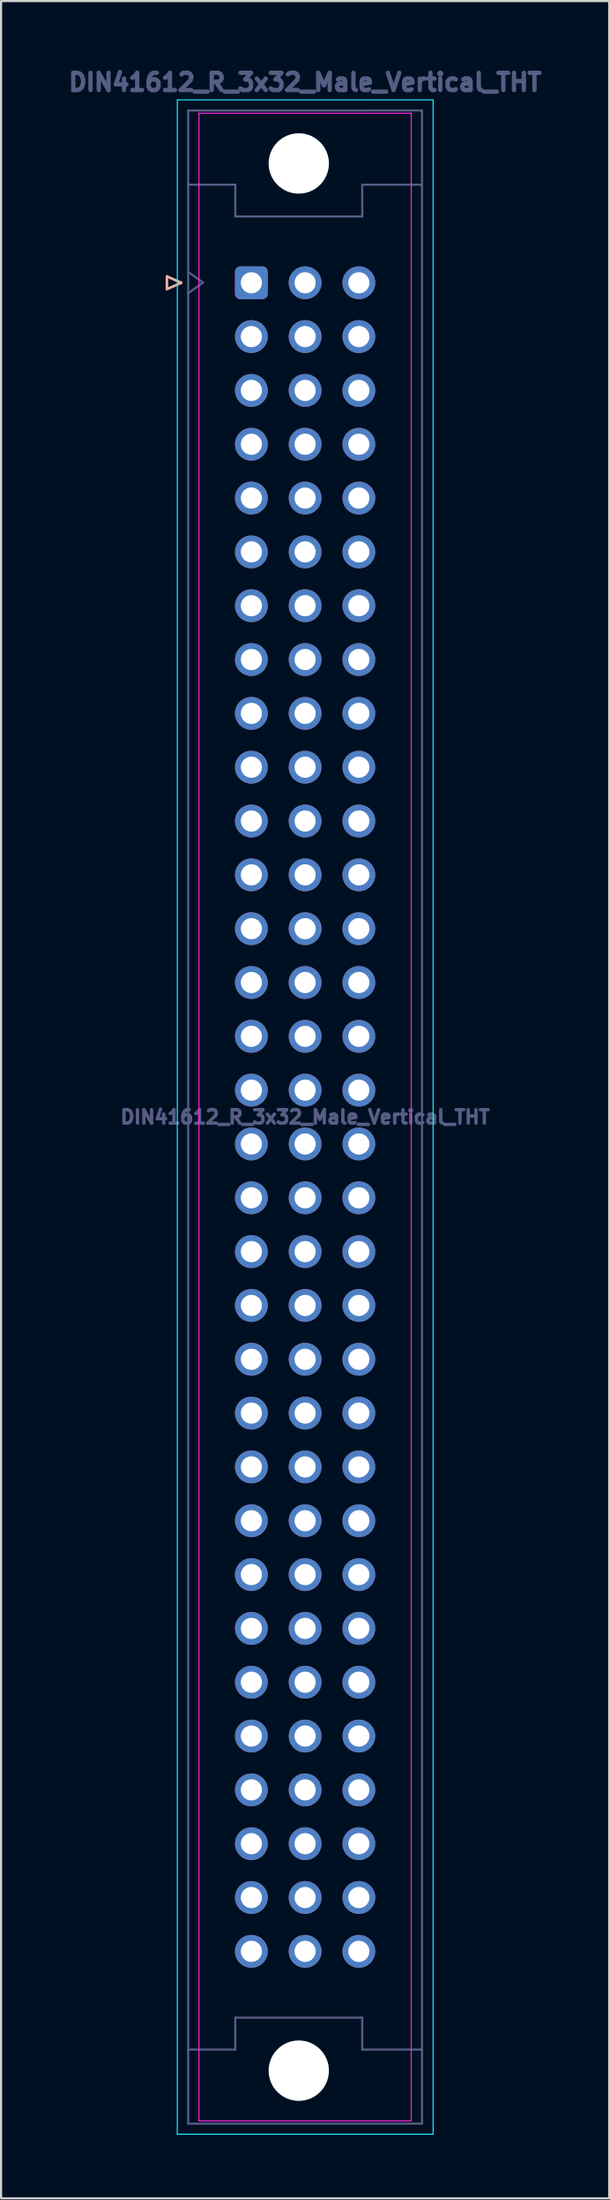
<source format=kicad_pcb>
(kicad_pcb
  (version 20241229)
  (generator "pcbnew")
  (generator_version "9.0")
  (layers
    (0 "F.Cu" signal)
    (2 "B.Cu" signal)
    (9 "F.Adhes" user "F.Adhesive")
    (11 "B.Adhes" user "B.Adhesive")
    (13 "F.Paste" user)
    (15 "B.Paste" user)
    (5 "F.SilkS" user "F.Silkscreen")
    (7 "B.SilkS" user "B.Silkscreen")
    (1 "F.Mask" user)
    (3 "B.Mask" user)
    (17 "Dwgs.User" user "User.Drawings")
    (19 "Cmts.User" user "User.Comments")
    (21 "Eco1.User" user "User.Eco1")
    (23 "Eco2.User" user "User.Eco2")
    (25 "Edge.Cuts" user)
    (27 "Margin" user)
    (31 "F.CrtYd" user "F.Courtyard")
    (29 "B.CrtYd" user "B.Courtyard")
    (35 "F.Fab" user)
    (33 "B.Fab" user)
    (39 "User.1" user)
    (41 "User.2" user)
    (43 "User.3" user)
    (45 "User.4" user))
  (footprint "DIN41612_R_3x32_Male_Vertical_THT"
    (layer "F.Cu")
    (at 8.83 10.294)
    (property "Reference" "DIN41612_R_3x32_Male_Vertical_THT" (at 2.54 39.37 0) (layer "B.Fab") (effects (font (size 0.635 0.635) (thickness 0.159) (bold yes))))
    (attr through_hole)
    (fp_line (start -3.99 -0.3) (end -3.99 0.3) (stroke (width 0.12) (type solid)) (layer "B.SilkS"))
    (fp_line (start -3.99 0.3) (end -3.31 0) (stroke (width 0.12) (type solid)) (layer "B.SilkS"))
    (fp_line (start -3.31 0) (end -3.99 -0.3) (stroke (width 0.12) (type solid)) (layer "B.SilkS"))
    (fp_line (start -3.5 -8.63) (end 8.59 -8.63) (stroke (width 0.05) (type solid)) (layer "B.CrtYd"))
    (fp_line (start -3.5 87.37) (end -3.5 -8.63) (stroke (width 0.05) (type solid)) (layer "B.CrtYd"))
    (fp_line (start 8.59 -8.63) (end 8.59 87.37) (stroke (width 0.05) (type solid)) (layer "B.CrtYd"))
    (fp_line (start 8.59 87.37) (end -3.5 87.37) (stroke (width 0.05) (type solid)) (layer "B.CrtYd"))
    (fp_line (start -2.477 86.741) (end -2.477 -8.001) (stroke (width 0.05) (type solid)) (layer "F.CrtYd"))
    (fp_line (start 7.556 -8.001) (end -2.477 -8.001) (stroke (width 0.05) (type solid)) (layer "F.CrtYd"))
    (fp_line (start 7.556 86.741) (end -2.477 86.741) (stroke (width 0.05) (type solid)) (layer "F.CrtYd"))
    (fp_line (start 7.556 86.741) (end 7.556 -8.001) (stroke (width 0.05) (type solid)) (layer "F.CrtYd"))
    (fp_line (start -2.985 -8.128) (end 8.065 -8.13) (stroke (width 0.1) (type solid)) (layer "B.Fab"))
    (fp_line (start -2.985 -4.63) (end -0.76 -4.63) (stroke (width 0.1) (type solid)) (layer "B.Fab"))
    (fp_line (start -2.985 -0.508) (end -2.284 -0.008) (stroke (width 0.1) (type solid)) (layer "B.Fab"))
    (fp_line (start -2.985 83.376) (end -0.76 83.376) (stroke (width 0.1) (type solid)) (layer "B.Fab"))
    (fp_line (start -2.985 86.872) (end -2.985 -8.128) (stroke (width 0.1) (type solid)) (layer "B.Fab"))
    (fp_line (start -2.284 -0.008) (end -2.985 0.492) (stroke (width 0.1) (type solid)) (layer "B.Fab"))
    (fp_line (start -0.76 -4.63) (end -0.76 -3.13) (stroke (width 0.1) (type solid)) (layer "B.Fab"))
    (fp_line (start -0.76 -3.13) (end 5.24 -3.13) (stroke (width 0.1) (type solid)) (layer "B.Fab"))
    (fp_line (start -0.76 83.376) (end -0.76 81.87) (stroke (width 0.1) (type solid)) (layer "B.Fab"))
    (fp_line (start 5.24 -4.63) (end 8.065 -4.63) (stroke (width 0.1) (type solid)) (layer "B.Fab"))
    (fp_line (start 5.24 -3.13) (end 5.24 -4.63) (stroke (width 0.1) (type solid)) (layer "B.Fab"))
    (fp_line (start 5.24 81.87) (end -0.76 81.87) (stroke (width 0.1) (type solid)) (layer "B.Fab"))
    (fp_line (start 5.24 81.87) (end 5.24 83.376) (stroke (width 0.1) (type solid)) (layer "B.Fab"))
    (fp_line (start 5.24 83.376) (end 8.065 83.376) (stroke (width 0.1) (type solid)) (layer "B.Fab"))
    (fp_line (start 8.065 -8.13) (end 8.065 86.868) (stroke (width 0.1) (type solid)) (layer "B.Fab"))
    (fp_line (start 8.065 86.868) (end -2.985 86.872) (stroke (width 0.1) (type solid)) (layer "B.Fab"))
    (fp_text user "${REFERENCE}" (at 2.54 -9.461 0) (layer "B.Fab") (effects (font (size 0.813 0.813) (thickness 0.203) (bold yes))))
    (pad "" np_thru_hole circle (at 2.24 -5.63) (size 2.85 2.85) (drill 2.85) (layers "*.Cu" "*.Mask"))
    (pad "" np_thru_hole circle (at 2.24 84.37) (size 2.85 2.85) (drill 2.85) (layers "*.Cu" "*.Mask"))
    (pad "A1" thru_hole roundrect (at 0 0) (size 1.55 1.55) (drill 1) (layers "*.Cu" "*.Mask") (roundrect_rratio 0.161))
    (pad "A2" thru_hole circle (at 0 2.54) (size 1.55 1.55) (drill 1) (layers "*.Cu" "*.Mask"))
    (pad "A3" thru_hole circle (at 0 5.08) (size 1.55 1.55) (drill 1) (layers "*.Cu" "*.Mask"))
    (pad "A4" thru_hole circle (at 0 7.62) (size 1.55 1.55) (drill 1) (layers "*.Cu" "*.Mask"))
    (pad "A5" thru_hole circle (at 0 10.16) (size 1.55 1.55) (drill 1) (layers "*.Cu" "*.Mask"))
    (pad "A6" thru_hole circle (at 0 12.7) (size 1.55 1.55) (drill 1) (layers "*.Cu" "*.Mask"))
    (pad "A7" thru_hole circle (at 0 15.24) (size 1.55 1.55) (drill 1) (layers "*.Cu" "*.Mask"))
    (pad "A8" thru_hole circle (at 0 17.78) (size 1.55 1.55) (drill 1) (layers "*.Cu" "*.Mask"))
    (pad "A9" thru_hole circle (at 0 20.32) (size 1.55 1.55) (drill 1) (layers "*.Cu" "*.Mask"))
    (pad "A10" thru_hole circle (at 0 22.86) (size 1.55 1.55) (drill 1) (layers "*.Cu" "*.Mask"))
    (pad "A11" thru_hole circle (at 0 25.4) (size 1.55 1.55) (drill 1) (layers "*.Cu" "*.Mask"))
    (pad "A12" thru_hole circle (at 0 27.94) (size 1.55 1.55) (drill 1) (layers "*.Cu" "*.Mask"))
    (pad "A13" thru_hole circle (at 0 30.48) (size 1.55 1.55) (drill 1) (layers "*.Cu" "*.Mask"))
    (pad "A14" thru_hole circle (at 0 33.02) (size 1.55 1.55) (drill 1) (layers "*.Cu" "*.Mask"))
    (pad "A15" thru_hole circle (at 0 35.56) (size 1.55 1.55) (drill 1) (layers "*.Cu" "*.Mask"))
    (pad "A16" thru_hole circle (at 0 38.1) (size 1.55 1.55) (drill 1) (layers "*.Cu" "*.Mask"))
    (pad "A17" thru_hole circle (at 0 40.64) (size 1.55 1.55) (drill 1) (layers "*.Cu" "*.Mask"))
    (pad "A18" thru_hole circle (at 0 43.18) (size 1.55 1.55) (drill 1) (layers "*.Cu" "*.Mask"))
    (pad "A19" thru_hole circle (at 0 45.72) (size 1.55 1.55) (drill 1) (layers "*.Cu" "*.Mask"))
    (pad "A20" thru_hole circle (at 0 48.26) (size 1.55 1.55) (drill 1) (layers "*.Cu" "*.Mask"))
    (pad "A21" thru_hole circle (at 0 50.8) (size 1.55 1.55) (drill 1) (layers "*.Cu" "*.Mask"))
    (pad "A22" thru_hole circle (at 0 53.34) (size 1.55 1.55) (drill 1) (layers "*.Cu" "*.Mask"))
    (pad "A23" thru_hole circle (at 0 55.88) (size 1.55 1.55) (drill 1) (layers "*.Cu" "*.Mask"))
    (pad "A24" thru_hole circle (at 0 58.42) (size 1.55 1.55) (drill 1) (layers "*.Cu" "*.Mask"))
    (pad "A25" thru_hole circle (at 0 60.96) (size 1.55 1.55) (drill 1) (layers "*.Cu" "*.Mask"))
    (pad "A26" thru_hole circle (at 0 63.5) (size 1.55 1.55) (drill 1) (layers "*.Cu" "*.Mask"))
    (pad "A27" thru_hole circle (at 0 66.04) (size 1.55 1.55) (drill 1) (layers "*.Cu" "*.Mask"))
    (pad "A28" thru_hole circle (at 0 68.58) (size 1.55 1.55) (drill 1) (layers "*.Cu" "*.Mask"))
    (pad "A29" thru_hole circle (at 0 71.12) (size 1.55 1.55) (drill 1) (layers "*.Cu" "*.Mask"))
    (pad "A30" thru_hole circle (at 0 73.66) (size 1.55 1.55) (drill 1) (layers "*.Cu" "*.Mask"))
    (pad "A31" thru_hole circle (at 0 76.2) (size 1.55 1.55) (drill 1) (layers "*.Cu" "*.Mask"))
    (pad "A32" thru_hole circle (at 0 78.74) (size 1.55 1.55) (drill 1) (layers "*.Cu" "*.Mask"))
    (pad "B1" thru_hole circle (at 2.54 0) (size 1.55 1.55) (drill 1) (layers "*.Cu" "*.Mask"))
    (pad "B2" thru_hole circle (at 2.54 2.54) (size 1.55 1.55) (drill 1) (layers "*.Cu" "*.Mask"))
    (pad "B3" thru_hole circle (at 2.54 5.08) (size 1.55 1.55) (drill 1) (layers "*.Cu" "*.Mask"))
    (pad "B4" thru_hole circle (at 2.54 7.62) (size 1.55 1.55) (drill 1) (layers "*.Cu" "*.Mask"))
    (pad "B5" thru_hole circle (at 2.54 10.16) (size 1.55 1.55) (drill 1) (layers "*.Cu" "*.Mask"))
    (pad "B6" thru_hole circle (at 2.54 12.7) (size 1.55 1.55) (drill 1) (layers "*.Cu" "*.Mask"))
    (pad "B7" thru_hole circle (at 2.54 15.24) (size 1.55 1.55) (drill 1) (layers "*.Cu" "*.Mask"))
    (pad "B8" thru_hole circle (at 2.54 17.78) (size 1.55 1.55) (drill 1) (layers "*.Cu" "*.Mask"))
    (pad "B9" thru_hole circle (at 2.54 20.32) (size 1.55 1.55) (drill 1) (layers "*.Cu" "*.Mask"))
    (pad "B10" thru_hole circle (at 2.54 22.86) (size 1.55 1.55) (drill 1) (layers "*.Cu" "*.Mask"))
    (pad "B11" thru_hole circle (at 2.54 25.4) (size 1.55 1.55) (drill 1) (layers "*.Cu" "*.Mask"))
    (pad "B12" thru_hole circle (at 2.54 27.94) (size 1.55 1.55) (drill 1) (layers "*.Cu" "*.Mask"))
    (pad "B13" thru_hole circle (at 2.54 30.48) (size 1.55 1.55) (drill 1) (layers "*.Cu" "*.Mask"))
    (pad "B14" thru_hole circle (at 2.54 33.02) (size 1.55 1.55) (drill 1) (layers "*.Cu" "*.Mask"))
    (pad "B15" thru_hole circle (at 2.54 35.56) (size 1.55 1.55) (drill 1) (layers "*.Cu" "*.Mask"))
    (pad "B16" thru_hole circle (at 2.54 38.1) (size 1.55 1.55) (drill 1) (layers "*.Cu" "*.Mask"))
    (pad "B17" thru_hole circle (at 2.54 40.64) (size 1.55 1.55) (drill 1) (layers "*.Cu" "*.Mask"))
    (pad "B18" thru_hole circle (at 2.54 43.18) (size 1.55 1.55) (drill 1) (layers "*.Cu" "*.Mask"))
    (pad "B19" thru_hole circle (at 2.54 45.72) (size 1.55 1.55) (drill 1) (layers "*.Cu" "*.Mask"))
    (pad "B20" thru_hole circle (at 2.54 48.26) (size 1.55 1.55) (drill 1) (layers "*.Cu" "*.Mask"))
    (pad "B21" thru_hole circle (at 2.54 50.8) (size 1.55 1.55) (drill 1) (layers "*.Cu" "*.Mask"))
    (pad "B22" thru_hole circle (at 2.54 53.34) (size 1.55 1.55) (drill 1) (layers "*.Cu" "*.Mask"))
    (pad "B23" thru_hole circle (at 2.54 55.88) (size 1.55 1.55) (drill 1) (layers "*.Cu" "*.Mask"))
    (pad "B24" thru_hole circle (at 2.54 58.42) (size 1.55 1.55) (drill 1) (layers "*.Cu" "*.Mask"))
    (pad "B25" thru_hole circle (at 2.54 60.96) (size 1.55 1.55) (drill 1) (layers "*.Cu" "*.Mask"))
    (pad "B26" thru_hole circle (at 2.54 63.5) (size 1.55 1.55) (drill 1) (layers "*.Cu" "*.Mask"))
    (pad "B27" thru_hole circle (at 2.54 66.04) (size 1.55 1.55) (drill 1) (layers "*.Cu" "*.Mask"))
    (pad "B28" thru_hole circle (at 2.54 68.58) (size 1.55 1.55) (drill 1) (layers "*.Cu" "*.Mask"))
    (pad "B29" thru_hole circle (at 2.54 71.12) (size 1.55 1.55) (drill 1) (layers "*.Cu" "*.Mask"))
    (pad "B30" thru_hole circle (at 2.54 73.66) (size 1.55 1.55) (drill 1) (layers "*.Cu" "*.Mask"))
    (pad "B31" thru_hole circle (at 2.54 76.2) (size 1.55 1.55) (drill 1) (layers "*.Cu" "*.Mask"))
    (pad "B32" thru_hole circle (at 2.54 78.74) (size 1.55 1.55) (drill 1) (layers "*.Cu" "*.Mask"))
    (pad "C1" thru_hole circle (at 5.08 0) (size 1.55 1.55) (drill 1) (layers "*.Cu" "*.Mask"))
    (pad "C2" thru_hole circle (at 5.08 2.54) (size 1.55 1.55) (drill 1) (layers "*.Cu" "*.Mask"))
    (pad "C3" thru_hole circle (at 5.08 5.08) (size 1.55 1.55) (drill 1) (layers "*.Cu" "*.Mask"))
    (pad "C4" thru_hole circle (at 5.08 7.62) (size 1.55 1.55) (drill 1) (layers "*.Cu" "*.Mask"))
    (pad "C5" thru_hole circle (at 5.08 10.16) (size 1.55 1.55) (drill 1) (layers "*.Cu" "*.Mask"))
    (pad "C6" thru_hole circle (at 5.08 12.7) (size 1.55 1.55) (drill 1) (layers "*.Cu" "*.Mask"))
    (pad "C7" thru_hole circle (at 5.08 15.24) (size 1.55 1.55) (drill 1) (layers "*.Cu" "*.Mask"))
    (pad "C8" thru_hole circle (at 5.08 17.78) (size 1.55 1.55) (drill 1) (layers "*.Cu" "*.Mask"))
    (pad "C9" thru_hole circle (at 5.08 20.32) (size 1.55 1.55) (drill 1) (layers "*.Cu" "*.Mask"))
    (pad "C10" thru_hole circle (at 5.08 22.86) (size 1.55 1.55) (drill 1) (layers "*.Cu" "*.Mask"))
    (pad "C11" thru_hole circle (at 5.08 25.4) (size 1.55 1.55) (drill 1) (layers "*.Cu" "*.Mask"))
    (pad "C12" thru_hole circle (at 5.08 27.94) (size 1.55 1.55) (drill 1) (layers "*.Cu" "*.Mask"))
    (pad "C13" thru_hole circle (at 5.08 30.48) (size 1.55 1.55) (drill 1) (layers "*.Cu" "*.Mask"))
    (pad "C14" thru_hole circle (at 5.08 33.02) (size 1.55 1.55) (drill 1) (layers "*.Cu" "*.Mask"))
    (pad "C15" thru_hole circle (at 5.08 35.56) (size 1.55 1.55) (drill 1) (layers "*.Cu" "*.Mask"))
    (pad "C16" thru_hole circle (at 5.08 38.1) (size 1.55 1.55) (drill 1) (layers "*.Cu" "*.Mask"))
    (pad "C17" thru_hole circle (at 5.08 40.64) (size 1.55 1.55) (drill 1) (layers "*.Cu" "*.Mask"))
    (pad "C18" thru_hole circle (at 5.08 43.18) (size 1.55 1.55) (drill 1) (layers "*.Cu" "*.Mask"))
    (pad "C19" thru_hole circle (at 5.08 45.72) (size 1.55 1.55) (drill 1) (layers "*.Cu" "*.Mask"))
    (pad "C20" thru_hole circle (at 5.08 48.26) (size 1.55 1.55) (drill 1) (layers "*.Cu" "*.Mask"))
    (pad "C21" thru_hole circle (at 5.08 50.8) (size 1.55 1.55) (drill 1) (layers "*.Cu" "*.Mask"))
    (pad "C22" thru_hole circle (at 5.08 53.34) (size 1.55 1.55) (drill 1) (layers "*.Cu" "*.Mask"))
    (pad "C23" thru_hole circle (at 5.08 55.88) (size 1.55 1.55) (drill 1) (layers "*.Cu" "*.Mask"))
    (pad "C24" thru_hole circle (at 5.08 58.42) (size 1.55 1.55) (drill 1) (layers "*.Cu" "*.Mask"))
    (pad "C25" thru_hole circle (at 5.08 60.96) (size 1.55 1.55) (drill 1) (layers "*.Cu" "*.Mask"))
    (pad "C26" thru_hole circle (at 5.08 63.5) (size 1.55 1.55) (drill 1) (layers "*.Cu" "*.Mask"))
    (pad "C27" thru_hole circle (at 5.08 66.04) (size 1.55 1.55) (drill 1) (layers "*.Cu" "*.Mask"))
    (pad "C28" thru_hole circle (at 5.08 68.58) (size 1.55 1.55) (drill 1) (layers "*.Cu" "*.Mask"))
    (pad "C29" thru_hole circle (at 5.08 71.12) (size 1.55 1.55) (drill 1) (layers "*.Cu" "*.Mask"))
    (pad "C30" thru_hole circle (at 5.08 73.66) (size 1.55 1.55) (drill 1) (layers "*.Cu" "*.Mask"))
    (pad "C31" thru_hole circle (at 5.08 76.2) (size 1.55 1.55) (drill 1) (layers "*.Cu" "*.Mask"))
    (pad "C32" thru_hole circle (at 5.08 78.74) (size 1.55 1.55) (drill 1) (layers "*.Cu" "*.Mask")))
  (gr_rect
    (start -3 -3)
    (end 25.741 100.689)
    (stroke (width 0.1) (type default))
    (fill no)
    (layer "Edge.Cuts")))
</source>
